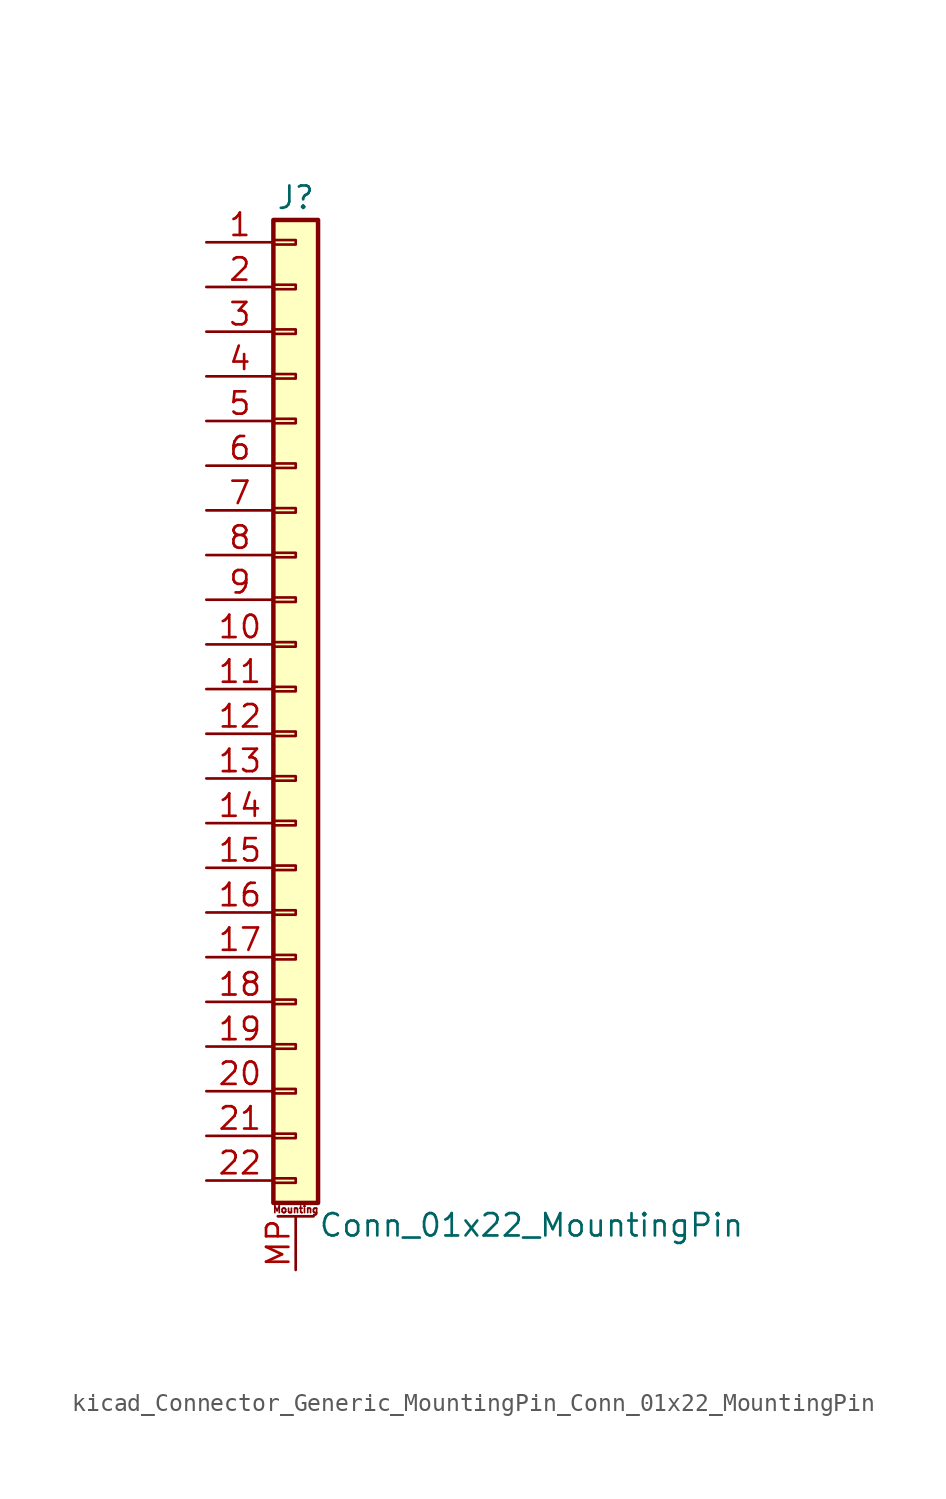
<source format=kicad_sym>
(kicad_symbol_lib
  (version 20220914)
  (generator kicad_symbol_editor)
  (symbol "kicad_Connector_Generic_MountingPin_Conn_01x22_MountingPin"
    (pin_names
      (offset 1.016) hide)
    (property "Reference" "J"
      (at 0 27.94 0)
      (effects (font (size 1.27 1.27))))
    (property "Value" "Conn_01x22_MountingPin"
      (at 1.27 -30.48 0)
      (effects (font (size 1.27 1.27)) (justify left)))
    (symbol "kicad_Connector_Generic_MountingPin_Conn_01x22_MountingPin_1_1"
      (rectangle (start -1.27 -27.813) (end 0 -28.067) (stroke (width 0.152) (type default)) (fill (type none)))
      (rectangle (start -1.27 -25.273) (end 0 -25.527) (stroke (width 0.152) (type default)) (fill (type none)))
      (rectangle (start -1.27 -22.733) (end 0 -22.987) (stroke (width 0.152) (type default)) (fill (type none)))
      (rectangle (start -1.27 -20.193) (end 0 -20.447) (stroke (width 0.152) (type default)) (fill (type none)))
      (rectangle (start -1.27 -17.653) (end 0 -17.907) (stroke (width 0.152) (type default)) (fill (type none)))
      (rectangle (start -1.27 -15.113) (end 0 -15.367) (stroke (width 0.152) (type default)) (fill (type none)))
      (rectangle (start -1.27 -12.573) (end 0 -12.827) (stroke (width 0.152) (type default)) (fill (type none)))
      (rectangle (start -1.27 -10.033) (end 0 -10.287) (stroke (width 0.152) (type default)) (fill (type none)))
      (rectangle (start -1.27 -7.493) (end 0 -7.747) (stroke (width 0.152) (type default)) (fill (type none)))
      (rectangle (start -1.27 -4.953) (end 0 -5.207) (stroke (width 0.152) (type default)) (fill (type none)))
      (rectangle (start -1.27 -2.413) (end 0 -2.667) (stroke (width 0.152) (type default)) (fill (type none)))
      (rectangle (start -1.27 0.127) (end 0 -0.127) (stroke (width 0.152) (type default)) (fill (type none)))
      (rectangle (start -1.27 2.667) (end 0 2.413) (stroke (width 0.152) (type default)) (fill (type none)))
      (rectangle (start -1.27 5.207) (end 0 4.953) (stroke (width 0.152) (type default)) (fill (type none)))
      (rectangle (start -1.27 7.747) (end 0 7.493) (stroke (width 0.152) (type default)) (fill (type none)))
      (rectangle (start -1.27 10.287) (end 0 10.033) (stroke (width 0.152) (type default)) (fill (type none)))
      (rectangle (start -1.27 12.827) (end 0 12.573) (stroke (width 0.152) (type default)) (fill (type none)))
      (rectangle (start -1.27 15.367) (end 0 15.113) (stroke (width 0.152) (type default)) (fill (type none)))
      (rectangle (start -1.27 17.907) (end 0 17.653) (stroke (width 0.152) (type default)) (fill (type none)))
      (rectangle (start -1.27 20.447) (end 0 20.193) (stroke (width 0.152) (type default)) (fill (type none)))
      (rectangle (start -1.27 22.987) (end 0 22.733) (stroke (width 0.152) (type default)) (fill (type none)))
      (rectangle (start -1.27 25.527) (end 0 25.273) (stroke (width 0.152) (type default)) (fill (type none)))
      (rectangle (start -1.27 26.67) (end 1.27 -29.21) (stroke (width 0.254) (type default)) (fill (type background)))
      (polyline (pts (xy -1.016 -29.972) (xy 1.016 -29.972)) (stroke (width 0.152) (type default)) (fill (type none)))
      (text "Mounting" (at 0 -29.591 0) (effects (font (size 0.381 0.381))))
      (pin passive line (at -5.08 25.4 0) (length 3.81) (name "Pin_1" (effects (font (size 1.27 1.27)))) (number "1" (effects (font (size 1.27 1.27)))))
      (pin passive line (at -5.08 2.54 0) (length 3.81) (name "Pin_10" (effects (font (size 1.27 1.27)))) (number "10" (effects (font (size 1.27 1.27)))))
      (pin passive line (at -5.08 0 0) (length 3.81) (name "Pin_11" (effects (font (size 1.27 1.27)))) (number "11" (effects (font (size 1.27 1.27)))))
      (pin passive line (at -5.08 -2.54 0) (length 3.81) (name "Pin_12" (effects (font (size 1.27 1.27)))) (number "12" (effects (font (size 1.27 1.27)))))
      (pin passive line (at -5.08 -5.08 0) (length 3.81) (name "Pin_13" (effects (font (size 1.27 1.27)))) (number "13" (effects (font (size 1.27 1.27)))))
      (pin passive line (at -5.08 -7.62 0) (length 3.81) (name "Pin_14" (effects (font (size 1.27 1.27)))) (number "14" (effects (font (size 1.27 1.27)))))
      (pin passive line (at -5.08 -10.16 0) (length 3.81) (name "Pin_15" (effects (font (size 1.27 1.27)))) (number "15" (effects (font (size 1.27 1.27)))))
      (pin passive line (at -5.08 -12.7 0) (length 3.81) (name "Pin_16" (effects (font (size 1.27 1.27)))) (number "16" (effects (font (size 1.27 1.27)))))
      (pin passive line (at -5.08 -15.24 0) (length 3.81) (name "Pin_17" (effects (font (size 1.27 1.27)))) (number "17" (effects (font (size 1.27 1.27)))))
      (pin passive line (at -5.08 -17.78 0) (length 3.81) (name "Pin_18" (effects (font (size 1.27 1.27)))) (number "18" (effects (font (size 1.27 1.27)))))
      (pin passive line (at -5.08 -20.32 0) (length 3.81) (name "Pin_19" (effects (font (size 1.27 1.27)))) (number "19" (effects (font (size 1.27 1.27)))))
      (pin passive line (at -5.08 22.86 0) (length 3.81) (name "Pin_2" (effects (font (size 1.27 1.27)))) (number "2" (effects (font (size 1.27 1.27)))))
      (pin passive line (at -5.08 -22.86 0) (length 3.81) (name "Pin_20" (effects (font (size 1.27 1.27)))) (number "20" (effects (font (size 1.27 1.27)))))
      (pin passive line (at -5.08 -25.4 0) (length 3.81) (name "Pin_21" (effects (font (size 1.27 1.27)))) (number "21" (effects (font (size 1.27 1.27)))))
      (pin passive line (at -5.08 -27.94 0) (length 3.81) (name "Pin_22" (effects (font (size 1.27 1.27)))) (number "22" (effects (font (size 1.27 1.27)))))
      (pin passive line (at -5.08 20.32 0) (length 3.81) (name "Pin_3" (effects (font (size 1.27 1.27)))) (number "3" (effects (font (size 1.27 1.27)))))
      (pin passive line (at -5.08 17.78 0) (length 3.81) (name "Pin_4" (effects (font (size 1.27 1.27)))) (number "4" (effects (font (size 1.27 1.27)))))
      (pin passive line (at -5.08 15.24 0) (length 3.81) (name "Pin_5" (effects (font (size 1.27 1.27)))) (number "5" (effects (font (size 1.27 1.27)))))
      (pin passive line (at -5.08 12.7 0) (length 3.81) (name "Pin_6" (effects (font (size 1.27 1.27)))) (number "6" (effects (font (size 1.27 1.27)))))
      (pin passive line (at -5.08 10.16 0) (length 3.81) (name "Pin_7" (effects (font (size 1.27 1.27)))) (number "7" (effects (font (size 1.27 1.27)))))
      (pin passive line (at -5.08 7.62 0) (length 3.81) (name "Pin_8" (effects (font (size 1.27 1.27)))) (number "8" (effects (font (size 1.27 1.27)))))
      (pin passive line (at -5.08 5.08 0) (length 3.81) (name "Pin_9" (effects (font (size 1.27 1.27)))) (number "9" (effects (font (size 1.27 1.27)))))
      (pin passive line (at 0 -33.02 90) (length 3.048) (name "MountPin" (effects (font (size 1.27 1.27)))) (number "MP" (effects (font (size 1.27 1.27))))))))
</source>
